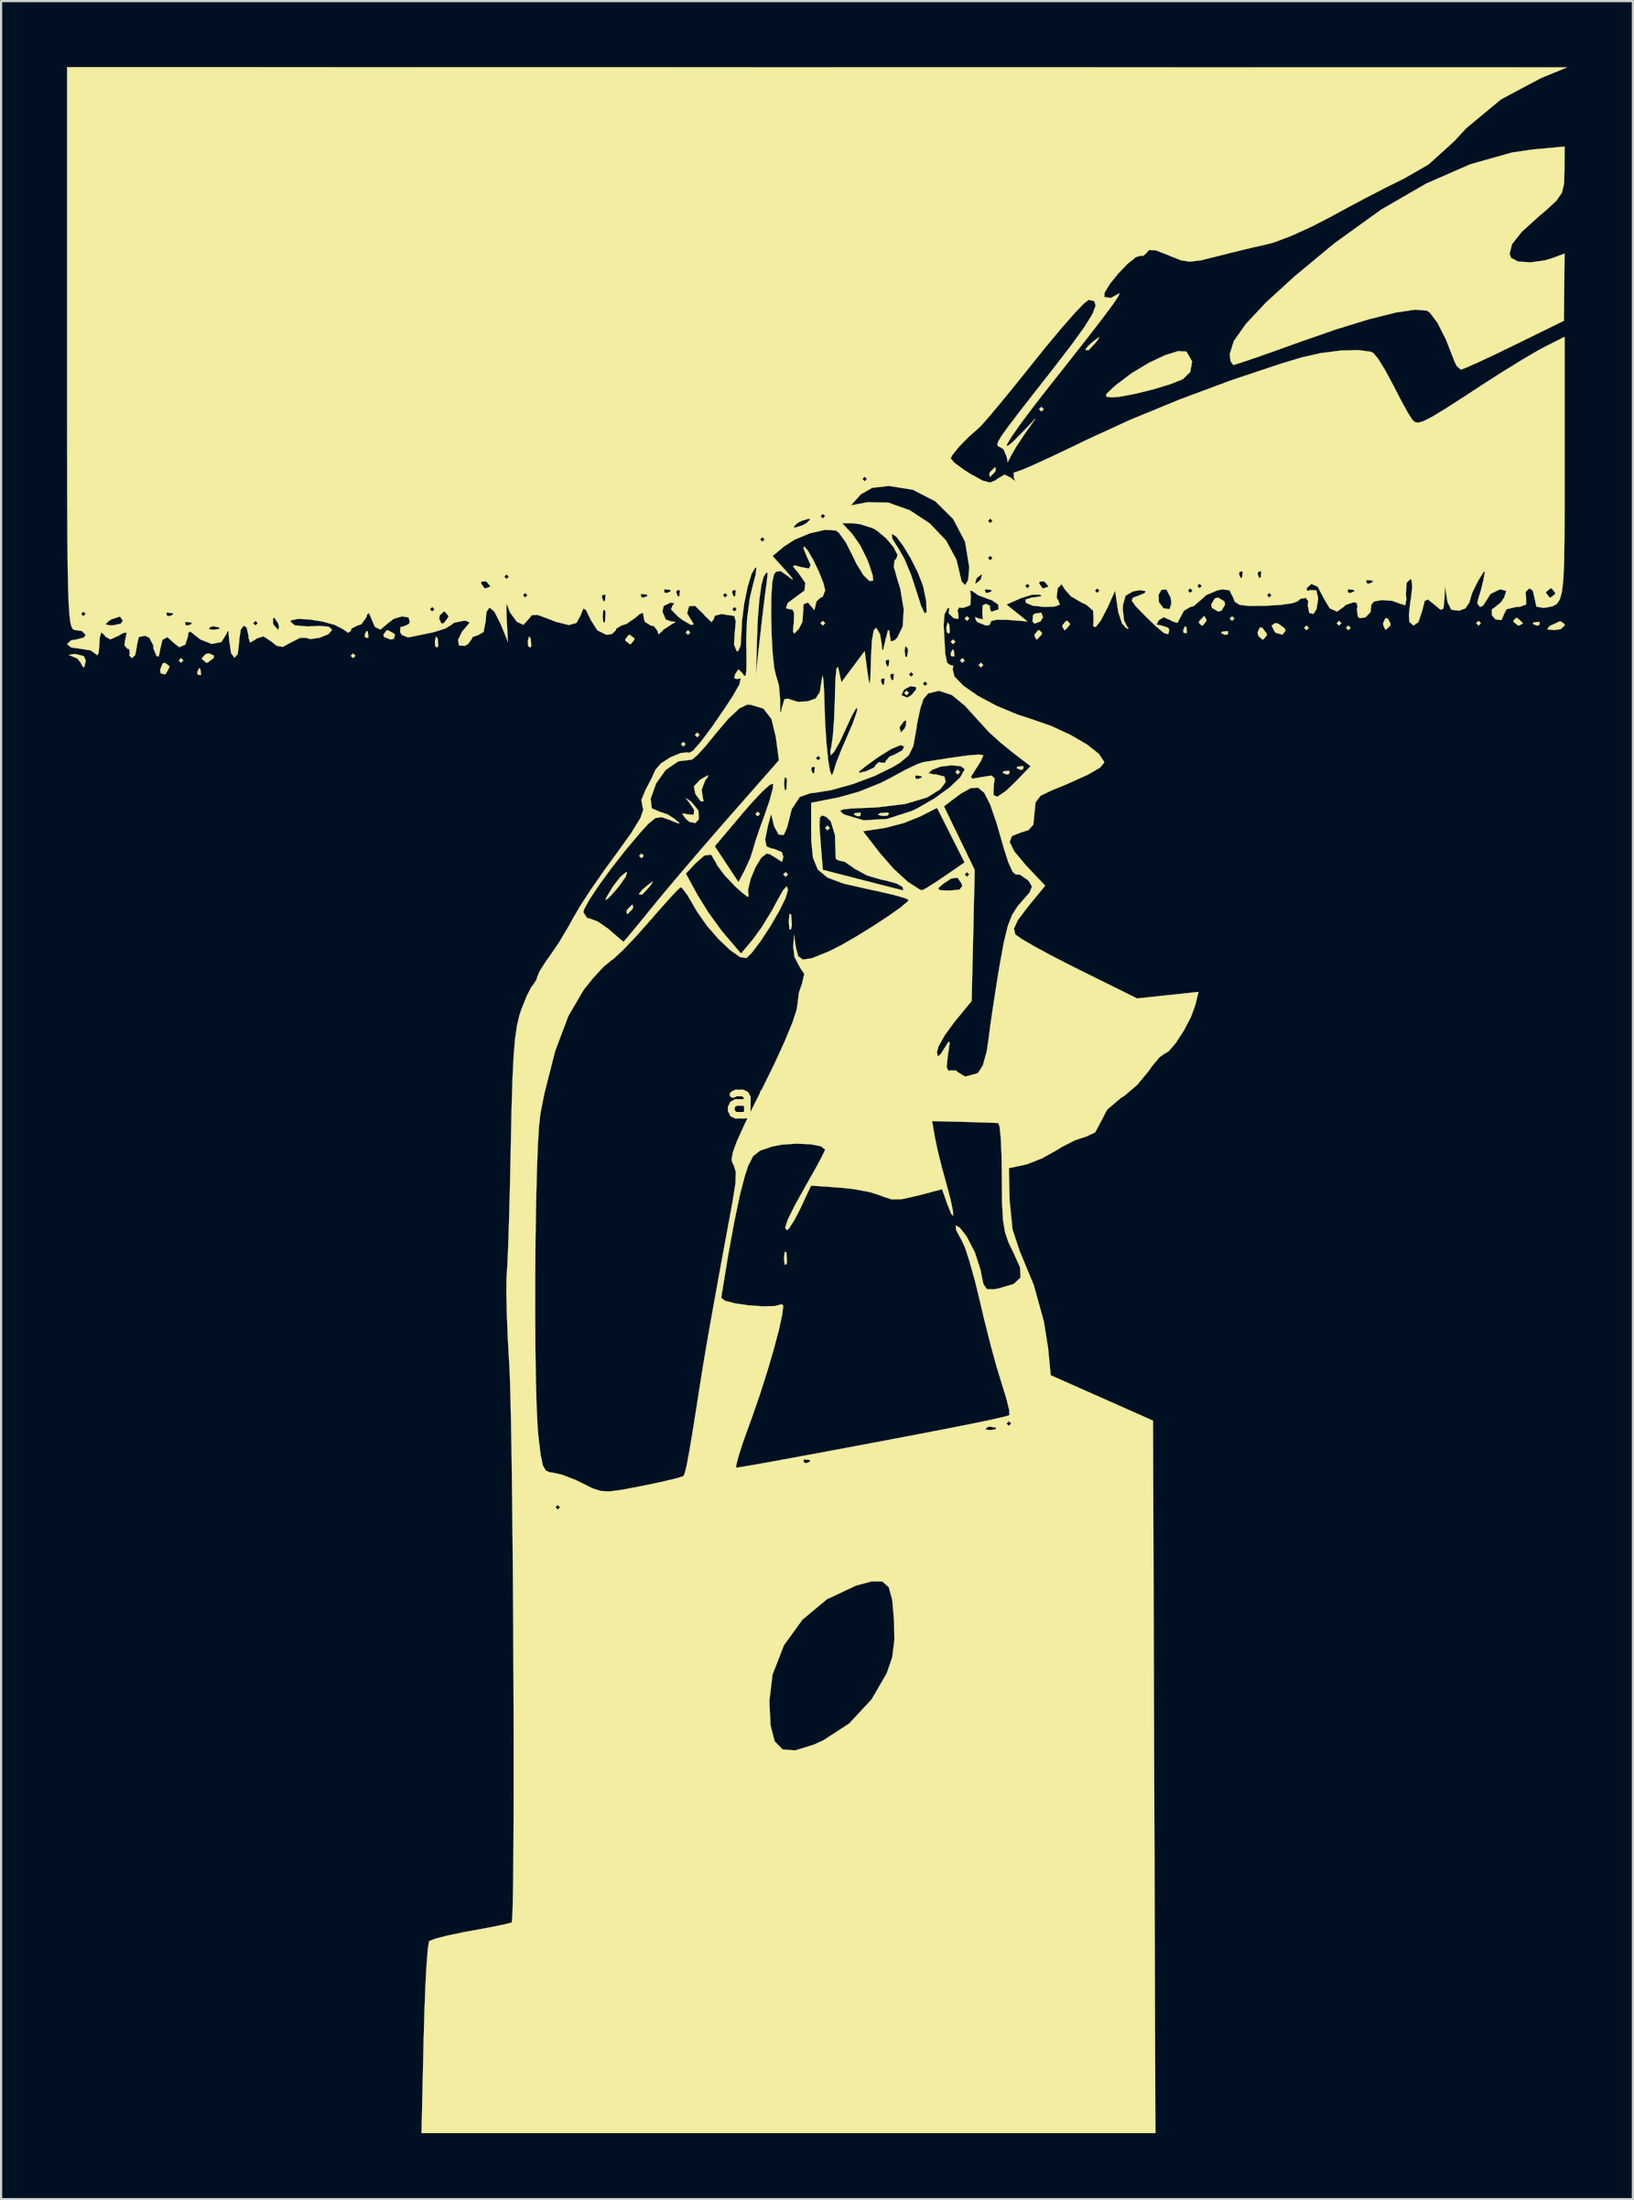
<source format=kicad_pcb>
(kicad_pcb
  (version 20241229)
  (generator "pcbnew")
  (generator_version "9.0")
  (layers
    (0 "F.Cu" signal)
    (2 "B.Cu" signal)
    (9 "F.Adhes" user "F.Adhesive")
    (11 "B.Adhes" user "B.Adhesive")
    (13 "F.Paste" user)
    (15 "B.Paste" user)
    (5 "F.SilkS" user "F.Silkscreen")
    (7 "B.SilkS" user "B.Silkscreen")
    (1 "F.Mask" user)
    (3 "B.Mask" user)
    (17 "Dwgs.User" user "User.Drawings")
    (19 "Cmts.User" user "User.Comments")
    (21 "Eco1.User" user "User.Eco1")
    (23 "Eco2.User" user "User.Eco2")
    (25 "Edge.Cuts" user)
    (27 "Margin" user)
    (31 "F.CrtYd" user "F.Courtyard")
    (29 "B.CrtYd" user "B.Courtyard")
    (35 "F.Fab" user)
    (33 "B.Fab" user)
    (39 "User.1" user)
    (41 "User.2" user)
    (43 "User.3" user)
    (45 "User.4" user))
  (footprint "anime2"
    (layer "F.Cu")
    (at 34.083 46.995)
    (property "Reference" "anime2" (at 0 0 0) (layer "F.SilkS") (effects (font (size 1.524 1.524) (thickness 0.3))))
    (attr through_hole)
    (fp_poly (pts (xy -28.787 -20.003) (xy -28.892 -19.897) (xy -28.998 -20.003) (xy -28.892 -20.108) (xy -28.787 -20.003)) (stroke (width 0.01) (type solid)) (fill yes) (layer "F.SilkS"))
    (fp_poly (pts (xy -20.955 -20.214) (xy -21.061 -20.108) (xy -21.167 -20.214) (xy -21.061 -20.32) (xy -20.955 -20.214)) (stroke (width 0.01) (type solid)) (fill yes) (layer "F.SilkS"))
    (fp_poly (pts (xy -7.832 -11.113) (xy -7.938 -11.007) (xy -8.043 -11.113) (xy -7.938 -11.218) (xy -7.832 -11.113)) (stroke (width 0.01) (type solid)) (fill yes) (layer "F.SilkS"))
    (fp_poly (pts (xy -5.927 -16.192) (xy -6.032 -16.087) (xy -6.138 -16.192) (xy -6.032 -16.298) (xy -5.927 -16.192)) (stroke (width 0.01) (type solid)) (fill yes) (layer "F.SilkS"))
    (fp_poly (pts (xy -5.715 -21.273) (xy -5.821 -21.167) (xy -5.927 -21.273) (xy -5.821 -21.378) (xy -5.715 -21.273)) (stroke (width 0.01) (type solid)) (fill yes) (layer "F.SilkS"))
    (fp_poly (pts (xy -5.292 -16.616) (xy -5.397 -16.51) (xy -5.503 -16.616) (xy -5.397 -16.722) (xy -5.292 -16.616)) (stroke (width 0.01) (type solid)) (fill yes) (layer "F.SilkS"))
    (fp_poly (pts (xy -2.54 -13.018) (xy -2.646 -12.912) (xy -2.752 -13.018) (xy -2.646 -13.123) (xy -2.54 -13.018)) (stroke (width 0.01) (type solid)) (fill yes) (layer "F.SilkS"))
    (fp_poly (pts (xy -1.27 -10.266) (xy -1.376 -10.16) (xy -1.482 -10.266) (xy -1.376 -10.372) (xy -1.27 -10.266)) (stroke (width 0.01) (type solid)) (fill yes) (layer "F.SilkS"))
    (fp_poly (pts (xy 0.423 -21.696) (xy 0.318 -21.59) (xy 0.212 -21.696) (xy 0.318 -21.802) (xy 0.423 -21.696)) (stroke (width 0.01) (type solid)) (fill yes) (layer "F.SilkS"))
    (fp_poly (pts (xy 0.635 -12.383) (xy 0.529 -12.277) (xy 0.423 -12.383) (xy 0.529 -12.488) (xy 0.635 -12.383)) (stroke (width 0.01) (type solid)) (fill yes) (layer "F.SilkS"))
    (fp_poly (pts (xy 4.233 -18.521) (xy 4.128 -18.415) (xy 4.022 -18.521) (xy 4.128 -18.627) (xy 4.233 -18.521)) (stroke (width 0.01) (type solid)) (fill yes) (layer "F.SilkS"))
    (fp_poly (pts (xy 6.35 -20.849) (xy 6.244 -20.743) (xy 6.138 -20.849) (xy 6.244 -20.955) (xy 6.35 -20.849)) (stroke (width 0.01) (type solid)) (fill yes) (layer "F.SilkS"))
    (fp_poly (pts (xy 6.562 -14.922) (xy 6.456 -14.817) (xy 6.35 -14.922) (xy 6.456 -15.028) (xy 6.562 -14.922)) (stroke (width 0.01) (type solid)) (fill yes) (layer "F.SilkS"))
    (fp_poly (pts (xy 6.773 -20.003) (xy 6.668 -19.897) (xy 6.562 -20.003) (xy 6.668 -20.108) (xy 6.773 -20.003)) (stroke (width 0.01) (type solid)) (fill yes) (layer "F.SilkS"))
    (fp_poly (pts (xy 6.985 -21.907) (xy 6.879 -21.802) (xy 6.773 -21.907) (xy 6.879 -22.013) (xy 6.985 -21.907)) (stroke (width 0.01) (type solid)) (fill yes) (layer "F.SilkS"))
    (fp_poly (pts (xy 7.62 -19.791) (xy 7.514 -19.685) (xy 7.408 -19.791) (xy 7.514 -19.897) (xy 7.62 -19.791)) (stroke (width 0.01) (type solid)) (fill yes) (layer "F.SilkS"))
    (fp_poly (pts (xy 10.372 -31.433) (xy 10.266 -31.327) (xy 10.16 -31.433) (xy 10.266 -31.538) (xy 10.372 -31.433)) (stroke (width 0.01) (type solid)) (fill yes) (layer "F.SilkS"))
    (fp_poly (pts (xy 19.05 -21.907) (xy 18.944 -21.802) (xy 18.838 -21.907) (xy 18.944 -22.013) (xy 19.05 -21.907)) (stroke (width 0.01) (type solid)) (fill yes) (layer "F.SilkS"))
    (fp_poly (pts (xy 22.437 -21.484) (xy 22.331 -21.378) (xy 22.225 -21.484) (xy 22.331 -21.59) (xy 22.437 -21.484)) (stroke (width 0.01) (type solid)) (fill yes) (layer "F.SilkS"))
    (fp_poly (pts (xy 23.918 -21.696) (xy 23.812 -21.59) (xy 23.707 -21.696) (xy 23.812 -21.802) (xy 23.918 -21.696)) (stroke (width 0.01) (type solid)) (fill yes) (layer "F.SilkS"))
    (fp_poly (pts (xy 24.342 -21.484) (xy 24.236 -21.378) (xy 24.13 -21.484) (xy 24.236 -21.59) (xy 24.342 -21.484)) (stroke (width 0.01) (type solid)) (fill yes) (layer "F.SilkS"))
    (fp_poly (pts (xy 30.268 -21.696) (xy 30.163 -21.59) (xy 30.057 -21.696) (xy 30.163 -21.802) (xy 30.268 -21.696)) (stroke (width 0.01) (type solid)) (fill yes) (layer "F.SilkS"))
    (fp_poly (pts (xy -28.011 -19.614) (xy -27.985 -19.363) (xy -28.011 -19.332) (xy -28.136 -19.361) (xy -28.152 -19.473) (xy -28.074 -19.648) (xy -28.011 -19.614)) (stroke (width 0.01) (type solid)) (fill yes) (layer "F.SilkS"))
    (fp_poly (pts (xy -20.391 -21.308) (xy -20.365 -21.057) (xy -20.391 -21.026) (xy -20.516 -21.055) (xy -20.532 -21.167) (xy -20.454 -21.341) (xy -20.391 -21.308)) (stroke (width 0.01) (type solid)) (fill yes) (layer "F.SilkS"))
    (fp_poly (pts (xy -17.212 -20.995) (xy -17.187 -20.664) (xy -17.229 -20.589) (xy -17.325 -20.652) (xy -17.34 -20.867) (xy -17.288 -21.093) (xy -17.212 -20.995)) (stroke (width 0.01) (type solid)) (fill yes) (layer "F.SilkS"))
    (fp_poly (pts (xy -12.979 -20.995) (xy -12.954 -20.664) (xy -12.995 -20.589) (xy -13.092 -20.652) (xy -13.107 -20.867) (xy -13.055 -21.093) (xy -12.979 -20.995)) (stroke (width 0.01) (type solid)) (fill yes) (layer "F.SilkS"))
    (fp_poly (pts (xy -1.341 6.932) (xy -1.314 7.365) (xy -1.341 7.461) (xy -1.419 7.488) (xy -1.448 7.197) (xy -1.415 6.896) (xy -1.341 6.932)) (stroke (width 0.01) (type solid)) (fill yes) (layer "F.SilkS"))
    (fp_poly (pts (xy 2.046 -13.053) (xy 2.017 -12.927) (xy 1.905 -12.912) (xy 1.731 -12.989) (xy 1.764 -13.053) (xy 2.015 -13.078) (xy 2.046 -13.053)) (stroke (width 0.01) (type solid)) (fill yes) (layer "F.SilkS"))
    (fp_poly (pts (xy 3.329 -13.04) (xy 3.266 -12.943) (xy 3.052 -12.928) (xy 2.826 -12.98) (xy 2.924 -13.056) (xy 3.254 -13.081) (xy 3.329 -13.04)) (stroke (width 0.01) (type solid)) (fill yes) (layer "F.SilkS"))
    (fp_poly (pts (xy 6.071 -21.63) (xy 6.096 -21.299) (xy 6.055 -21.224) (xy 5.958 -21.287) (xy 5.943 -21.502) (xy 5.995 -21.728) (xy 6.071 -21.63)) (stroke (width 0.01) (type solid)) (fill yes) (layer "F.SilkS"))
    (fp_poly (pts (xy 6.279 -20.461) (xy 6.305 -20.21) (xy 6.279 -20.179) (xy 6.154 -20.208) (xy 6.138 -20.32) (xy 6.216 -20.494) (xy 6.279 -20.461)) (stroke (width 0.01) (type solid)) (fill yes) (layer "F.SilkS"))
    (fp_poly (pts (xy 8.819 -14.958) (xy 8.79 -14.832) (xy 8.678 -14.817) (xy 8.504 -14.894) (xy 8.537 -14.958) (xy 8.788 -14.983) (xy 8.819 -14.958)) (stroke (width 0.01) (type solid)) (fill yes) (layer "F.SilkS"))
    (fp_poly (pts (xy 9.454 -15.169) (xy 9.425 -15.044) (xy 9.313 -15.028) (xy 9.139 -15.106) (xy 9.172 -15.169) (xy 9.423 -15.195) (xy 9.454 -15.169)) (stroke (width 0.01) (type solid)) (fill yes) (layer "F.SilkS"))
    (fp_poly (pts (xy 16.863 -21.519) (xy 16.888 -21.268) (xy 16.863 -21.237) (xy 16.737 -21.266) (xy 16.722 -21.378) (xy 16.799 -21.553) (xy 16.863 -21.519)) (stroke (width 0.01) (type solid)) (fill yes) (layer "F.SilkS"))
    (fp_poly (pts (xy 18.768 -21.308) (xy 18.739 -21.182) (xy 18.627 -21.167) (xy 18.452 -21.244) (xy 18.486 -21.308) (xy 18.737 -21.333) (xy 18.768 -21.308)) (stroke (width 0.01) (type solid)) (fill yes) (layer "F.SilkS"))
    (fp_poly (pts (xy 32.949 -21.731) (xy 32.92 -21.605) (xy 32.808 -21.59) (xy 32.634 -21.667) (xy 32.667 -21.731) (xy 32.918 -21.756) (xy 32.949 -21.731)) (stroke (width 0.01) (type solid)) (fill yes) (layer "F.SilkS"))
    (fp_poly (pts (xy 10.34 -21.97) (xy 10.223 -21.78) (xy 9.957 -21.676) (xy 9.863 -21.769) (xy 9.882 -22.055) (xy 9.959 -22.126) (xy 10.259 -22.175) (xy 10.34 -21.97)) (stroke (width 0.01) (type solid)) (fill yes) (layer "F.SilkS"))
    (fp_poly (pts (xy 26.038 -21.905) (xy 26.161 -21.652) (xy 26.132 -21.575) (xy 25.927 -21.388) (xy 25.827 -21.601) (xy 25.823 -21.708) (xy 25.927 -21.926) (xy 26.038 -21.905)) (stroke (width 0.01) (type solid)) (fill yes) (layer "F.SilkS"))
    (fp_poly (pts (xy -29.428 -19.745) (xy -29.422 -19.697) (xy -29.576 -19.411) (xy -29.633 -19.367) (xy -29.815 -19.415) (xy -29.845 -19.567) (xy -29.734 -19.856) (xy -29.633 -19.897) (xy -29.428 -19.745)) (stroke (width 0.01) (type solid)) (fill yes) (layer "F.SilkS"))
    (fp_poly (pts (xy -27.391 -20.217) (xy -27.411 -20.108) (xy -27.681 -19.905) (xy -27.741 -19.897) (xy -27.934 -20.058) (xy -27.94 -20.108) (xy -27.768 -20.294) (xy -27.61 -20.32) (xy -27.391 -20.217)) (stroke (width 0.01) (type solid)) (fill yes) (layer "F.SilkS"))
    (fp_poly (pts (xy -19.199 -21.224) (xy -19.156 -21.167) (xy -19.204 -20.985) (xy -19.355 -20.955) (xy -19.645 -21.066) (xy -19.685 -21.167) (xy -19.533 -21.372) (xy -19.486 -21.378) (xy -19.199 -21.224)) (stroke (width 0.01) (type solid)) (fill yes) (layer "F.SilkS"))
    (fp_poly (pts (xy -8.321 -8.753) (xy -8.361 -8.678) (xy -8.56 -8.476) (xy -8.597 -8.467) (xy -8.612 -8.603) (xy -8.572 -8.678) (xy -8.373 -8.88) (xy -8.336 -8.89) (xy -8.321 -8.753)) (stroke (width 0.01) (type solid)) (fill yes) (layer "F.SilkS"))
    (fp_poly (pts (xy -8.261 -21.006) (xy -8.255 -20.955) (xy -8.416 -20.749) (xy -8.467 -20.743) (xy -8.672 -20.904) (xy -8.678 -20.955) (xy -8.517 -21.161) (xy -8.467 -21.167) (xy -8.261 -21.006)) (stroke (width 0.01) (type solid)) (fill yes) (layer "F.SilkS"))
    (fp_poly (pts (xy -7.475 -9.837) (xy -7.593 -9.684) (xy -7.902 -9.355) (xy -8.04 -9.356) (xy -8.043 -9.393) (xy -7.899 -9.57) (xy -7.673 -9.764) (xy -7.422 -9.947) (xy -7.475 -9.837)) (stroke (width 0.01) (type solid)) (fill yes) (layer "F.SilkS"))
    (fp_poly (pts (xy -1.134 -8.446) (xy -1.123 -8.41) (xy -1.092 -7.949) (xy -1.131 -7.775) (xy -1.201 -7.768) (xy -1.229 -8.099) (xy -1.229 -8.149) (xy -1.198 -8.477) (xy -1.134 -8.446)) (stroke (width 0.01) (type solid)) (fill yes) (layer "F.SilkS"))
    (fp_poly (pts (xy 8.189 -28.65) (xy 8.149 -28.575) (xy 7.95 -28.373) (xy 7.913 -28.363) (xy 7.898 -28.5) (xy 7.938 -28.575) (xy 8.137 -28.777) (xy 8.174 -28.787) (xy 8.189 -28.65)) (stroke (width 0.01) (type solid)) (fill yes) (layer "F.SilkS"))
    (fp_poly (pts (xy 10.299 -21.249) (xy 10.266 -21.167) (xy 10.076 -20.965) (xy 10.042 -20.955) (xy 9.951 -21.119) (xy 9.948 -21.167) (xy 10.111 -21.37) (xy 10.172 -21.378) (xy 10.299 -21.249)) (stroke (width 0.01) (type solid)) (fill yes) (layer "F.SilkS"))
    (fp_poly (pts (xy 11.569 -21.672) (xy 11.536 -21.59) (xy 11.346 -21.388) (xy 11.312 -21.378) (xy 11.221 -21.542) (xy 11.218 -21.59) (xy 11.381 -21.794) (xy 11.442 -21.802) (xy 11.569 -21.672)) (stroke (width 0.01) (type solid)) (fill yes) (layer "F.SilkS"))
    (fp_poly (pts (xy 12.845 -34.602) (xy 12.727 -34.449) (xy 12.418 -34.12) (xy 12.28 -34.121) (xy 12.277 -34.158) (xy 12.421 -34.335) (xy 12.647 -34.529) (xy 12.898 -34.712) (xy 12.845 -34.602)) (stroke (width 0.01) (type solid)) (fill yes) (layer "F.SilkS"))
    (fp_poly (pts (xy 17.778 -21.85) (xy 17.78 -21.802) (xy 17.617 -21.598) (xy 17.556 -21.59) (xy 17.429 -21.72) (xy 17.462 -21.802) (xy 17.653 -22.004) (xy 17.687 -22.013) (xy 17.778 -21.85)) (stroke (width 0.01) (type solid)) (fill yes) (layer "F.SilkS"))
    (fp_poly (pts (xy 18.59 -22.691) (xy 18.627 -22.543) (xy 18.457 -22.262) (xy 18.309 -22.225) (xy 18.029 -22.394) (xy 17.992 -22.543) (xy 18.161 -22.823) (xy 18.309 -22.86) (xy 18.59 -22.691)) (stroke (width 0.01) (type solid)) (fill yes) (layer "F.SilkS"))
    (fp_poly (pts (xy 20.32 -21.484) (xy 20.524 -21.214) (xy 20.532 -21.154) (xy 20.37 -20.961) (xy 20.32 -20.955) (xy 20.134 -21.127) (xy 20.108 -21.285) (xy 20.211 -21.504) (xy 20.32 -21.484)) (stroke (width 0.01) (type solid)) (fill yes) (layer "F.SilkS"))
    (fp_poly (pts (xy 21.061 -21.667) (xy 21.341 -21.459) (xy 21.378 -21.356) (xy 21.236 -21.177) (xy 20.949 -21.253) (xy 20.884 -21.308) (xy 20.743 -21.589) (xy 20.916 -21.701) (xy 21.061 -21.667)) (stroke (width 0.01) (type solid)) (fill yes) (layer "F.SilkS"))
    (fp_poly (pts (xy 31.962 -21.907) (xy 32.164 -21.717) (xy 32.173 -21.683) (xy 32.01 -21.592) (xy 31.962 -21.59) (xy 31.758 -21.753) (xy 31.75 -21.814) (xy 31.88 -21.941) (xy 31.962 -21.907)) (stroke (width 0.01) (type solid)) (fill yes) (layer "F.SilkS"))
    (fp_poly (pts (xy 34.072 -21.661) (xy 34.078 -21.59) (xy 33.899 -21.426) (xy 33.602 -21.382) (xy 33.293 -21.415) (xy 33.369 -21.54) (xy 33.443 -21.59) (xy 33.881 -21.787) (xy 34.072 -21.661)) (stroke (width 0.01) (type solid)) (fill yes) (layer "F.SilkS"))
    (fp_poly (pts (xy -8.591 -10.355) (xy -8.66 -10.156) (xy -8.94 -9.757) (xy -9.132 -9.524) (xy -9.45 -9.18) (xy -9.579 -9.104) (xy -9.542 -9.207) (xy -9.223 -9.735) (xy -8.897 -10.155) (xy -8.651 -10.36) (xy -8.591 -10.355)) (stroke (width 0.01) (type solid)) (fill yes) (layer "F.SilkS"))
    (fp_poly (pts (xy -33.318 -20.197) (xy -33.232 -20.003) (xy -33.289 -19.72) (xy -33.337 -19.685) (xy -33.442 -19.847) (xy -33.443 -19.881) (xy -33.618 -20.093) (xy -33.814 -20.174) (xy -34.002 -20.251) (xy -33.786 -20.291) (xy -33.708 -20.295) (xy -33.318 -20.197)) (stroke (width 0.01) (type solid)) (fill yes) (layer "F.SilkS"))
    (fp_poly (pts (xy -4.912 -14.71) (xy -5.031 -14.56) (xy -5.195 -14.131) (xy -5.167 -13.891) (xy -5.112 -13.589) (xy -5.243 -13.6) (xy -5.474 -13.914) (xy -5.481 -13.928) (xy -5.551 -14.276) (xy -5.271 -14.567) (xy -5.224 -14.597) (xy -4.915 -14.776) (xy -4.912 -14.71)) (stroke (width 0.01) (type solid)) (fill yes) (layer "F.SilkS"))
    (fp_poly (pts (xy -5.779 -13.651) (xy -5.662 -13.563) (xy -5.345 -13.17) (xy -5.329 -12.781) (xy -5.479 -12.609) (xy -5.748 -12.652) (xy -5.933 -12.813) (xy -6.085 -13.041) (xy -5.914 -13.023) (xy -5.851 -13) (xy -5.556 -12.984) (xy -5.543 -13.214) (xy -5.768 -13.547) (xy -5.92 -13.735) (xy -5.779 -13.651)) (stroke (width 0.01) (type solid)) (fill yes) (layer "F.SilkS"))
    (fp_poly (pts (xy 16.854 -34.054) (xy 16.872 -34.042) (xy 17.126 -33.603) (xy 17.038 -33.121) (xy 16.707 -32.8) (xy 16.165 -32.58) (xy 15.394 -32.344) (xy 14.562 -32.136) (xy 13.839 -32) (xy 13.483 -31.97) (xy 13.22 -31.999) (xy 13.225 -32.122) (xy 13.525 -32.411) (xy 13.689 -32.552) (xy 14.391 -33.079) (xy 15.157 -33.538) (xy 15.888 -33.884) (xy 16.486 -34.072) (xy 16.854 -34.054)) (stroke (width 0.01) (type solid)) (fill yes) (layer "F.SilkS"))
    (fp_poly (pts (xy -0.374 -25.014) (xy -0.125 -24.585) (xy 0.136 -24.042) (xy 0.341 -23.528) (xy 0.423 -23.186) (xy 0.312 -22.899) (xy 0.212 -22.86) (xy 0.024 -22.685) (xy -0.017 -22.49) (xy -0.071 -22.289) (xy -0.14 -22.384) (xy -0.364 -22.639) (xy -0.562 -22.556) (xy -0.576 -22.235) (xy -0.614 -21.748) (xy -0.775 -21.441) (xy -0.979 -21.223) (xy -1.039 -21.321) (xy -1.003 -21.738) (xy -0.991 -22.168) (xy -1.067 -22.323) (xy -1.082 -22.316) (xy -1.321 -22.359) (xy -1.354 -22.401) (xy -1.275 -22.619) (xy -0.945 -22.864) (xy -0.518 -23.18) (xy -0.477 -23.525) (xy -0.794 -23.983) (xy -1.036 -24.276) (xy -0.964 -24.328) (xy -0.688 -24.25) (xy -0.312 -24.181) (xy -0.238 -24.345) (xy -0.431 -24.779) (xy -0.561 -25.099) (xy -0.541 -25.188) (xy -0.374 -25.014)) (stroke (width 0.01) (type solid)) (fill yes) (layer "F.SilkS"))
    (fp_poly (pts (xy 34.073 -42.272) (xy 34.053 -41.681) (xy 33.953 -41.27) (xy 33.701 -40.909) (xy 33.224 -40.471) (xy 32.92 -40.217) (xy 32.127 -39.497) (xy 31.686 -38.938) (xy 31.575 -38.506) (xy 31.643 -38.314) (xy 31.961 -38.148) (xy 32.527 -38.11) (xy 33.186 -38.201) (xy 33.535 -38.306) (xy 34.078 -38.513) (xy 34.062 -36.984) (xy 34.046 -35.454) (xy 31.781 -34.343) (xy 30.886 -33.91) (xy 30.129 -33.556) (xy 29.592 -33.318) (xy 29.356 -33.232) (xy 29.163 -33.403) (xy 29.069 -33.602) (xy 28.682 -34.594) (xy 28.295 -35.36) (xy 27.948 -35.823) (xy 27.812 -35.915) (xy 27.278 -35.959) (xy 26.392 -35.827) (xy 25.185 -35.526) (xy 23.686 -35.066) (xy 22.013 -34.484) (xy 20.983 -34.113) (xy 20.095 -33.8) (xy 19.425 -33.572) (xy 19.048 -33.454) (xy 18.997 -33.443) (xy 18.874 -33.624) (xy 18.838 -33.934) (xy 19.022 -34.525) (xy 19.575 -35.311) (xy 20.498 -36.294) (xy 21.792 -37.475) (xy 23.457 -38.856) (xy 23.675 -39.029) (xy 25.731 -40.509) (xy 27.789 -41.699) (xy 29.794 -42.574) (xy 31.693 -43.109) (xy 32.65 -43.247) (xy 34.078 -43.376) (xy 34.073 -42.272)) (stroke (width 0.01) (type solid)) (fill yes) (layer "F.SilkS"))
    (fp_poly (pts (xy 34.184 -46.98) (xy 33.001 -46.493) (xy 31.184 -45.526) (xy 29.596 -44.209) (xy 29.054 -43.621) (xy 27.888 -42.566) (xy 26.785 -41.93) (xy 25.97 -41.528) (xy 24.958 -41.005) (xy 23.919 -40.45) (xy 23.503 -40.221) (xy 22.574 -39.74) (xy 21.657 -39.323) (xy 20.89 -39.031) (xy 20.586 -38.946) (xy 19.807 -38.769) (xy 18.87 -38.541) (xy 18.255 -38.384) (xy 17.515 -38.203) (xy 17.02 -38.143) (xy 16.609 -38.208) (xy 16.121 -38.402) (xy 16.049 -38.435) (xy 15.464 -38.661) (xy 15.161 -38.671) (xy 15.079 -38.571) (xy 14.893 -38.398) (xy 14.811 -38.421) (xy 14.57 -38.352) (xy 14.189 -38.044) (xy 13.761 -37.601) (xy 13.381 -37.129) (xy 13.143 -36.734) (xy 13.127 -36.532) (xy 13.431 -36.491) (xy 13.696 -36.638) (xy 13.823 -36.708) (xy 13.77 -36.569) (xy 13.522 -36.202) (xy 13.062 -35.584) (xy 12.375 -34.694) (xy 11.446 -33.511) (xy 10.75 -32.633) (xy 9.932 -31.586) (xy 9.307 -30.753) (xy 8.889 -30.154) (xy 8.689 -29.811) (xy 8.72 -29.743) (xy 8.995 -29.97) (xy 9.34 -30.318) (xy 10.002 -31.009) (xy 9.479 -30.268) (xy 9.122 -29.73) (xy 8.872 -29.295) (xy 8.834 -29.21) (xy 8.732 -29.02) (xy 8.695 -29.241) (xy 8.695 -29.245) (xy 8.543 -29.605) (xy 8.414 -29.694) (xy 8.307 -29.739) (xy 8.258 -29.81) (xy 8.295 -29.952) (xy 8.448 -30.209) (xy 8.746 -30.626) (xy 9.218 -31.246) (xy 9.893 -32.113) (xy 10.753 -33.209) (xy 11.619 -34.332) (xy 12.226 -35.171) (xy 12.592 -35.763) (xy 12.735 -36.142) (xy 12.674 -36.345) (xy 12.429 -36.407) (xy 12.419 -36.407) (xy 12.208 -36.248) (xy 11.787 -35.81) (xy 11.204 -35.147) (xy 10.507 -34.314) (xy 9.944 -33.616) (xy 9.189 -32.674) (xy 8.509 -31.839) (xy 7.955 -31.174) (xy 7.576 -30.738) (xy 7.441 -30.6) (xy 6.96 -30.177) (xy 6.514 -29.72) (xy 6.21 -29.344) (xy 6.138 -29.191) (xy 6.305 -28.994) (xy 6.728 -28.681) (xy 7.031 -28.49) (xy 7.59 -28.183) (xy 7.93 -28.092) (xy 8.181 -28.195) (xy 8.262 -28.263) (xy 8.592 -28.455) (xy 8.882 -28.308) (xy 9.076 -28.152) (xy 9.017 -28.305) (xy 9.014 -28.31) (xy 9.008 -28.543) (xy 9.104 -28.575) (xy 9.368 -28.664) (xy 9.94 -28.91) (xy 10.749 -29.281) (xy 11.725 -29.745) (xy 12.345 -30.046) (xy 14.323 -30.953) (xy 16.558 -31.872) (xy 18.888 -32.74) (xy 21.154 -33.497) (xy 22.119 -33.788) (xy 22.987 -33.983) (xy 23.885 -34.097) (xy 24.682 -34.12) (xy 25.247 -34.045) (xy 25.368 -33.992) (xy 25.586 -33.734) (xy 25.913 -33.206) (xy 26.276 -32.528) (xy 26.637 -31.829) (xy 26.949 -31.264) (xy 27.14 -30.961) (xy 27.26 -30.847) (xy 27.422 -30.816) (xy 27.681 -30.895) (xy 28.094 -31.111) (xy 28.716 -31.491) (xy 29.602 -32.062) (xy 30.268 -32.498) (xy 31.182 -33.085) (xy 32.066 -33.631) (xy 32.802 -34.065) (xy 33.179 -34.269) (xy 34.078 -34.722) (xy 34.078 -28.678) (xy 34.078 -26.907) (xy 34.073 -25.513) (xy 34.056 -24.449) (xy 34.02 -23.67) (xy 33.958 -23.129) (xy 33.863 -22.78) (xy 33.728 -22.576) (xy 33.546 -22.472) (xy 33.31 -22.42) (xy 33.126 -22.394) (xy 32.798 -22.447) (xy 32.719 -22.806) (xy 32.719 -22.807) (xy 32.659 -23.072) (xy 33.232 -23.072) (xy 33.393 -22.866) (xy 33.443 -22.86) (xy 33.649 -23.021) (xy 33.655 -23.072) (xy 33.494 -23.277) (xy 33.443 -23.283) (xy 33.238 -23.122) (xy 33.232 -23.072) (xy 32.659 -23.072) (xy 32.635 -23.178) (xy 32.475 -23.283) (xy 32.303 -23.118) (xy 32.324 -22.86) (xy 32.327 -22.547) (xy 32.04 -22.441) (xy 31.881 -22.437) (xy 31.436 -22.33) (xy 31.327 -22.119) (xy 31.204 -21.835) (xy 30.937 -21.871) (xy 30.773 -22.054) (xy 30.772 -22.325) (xy 30.868 -22.39) (xy 31.169 -22.631) (xy 31.33 -22.865) (xy 31.425 -23.162) (xy 31.195 -23.23) (xy 31.115 -23.225) (xy 30.711 -23.031) (xy 30.572 -22.815) (xy 30.37 -22.497) (xy 30.231 -22.437) (xy 30.106 -22.593) (xy 30.141 -22.774) (xy 30.283 -23.239) (xy 30.386 -23.673) (xy 30.452 -24.03) (xy 30.404 -24.048) (xy 30.199 -23.716) (xy 30.131 -23.601) (xy 29.873 -23.078) (xy 29.751 -22.668) (xy 29.75 -22.648) (xy 29.561 -22.371) (xy 29.278 -22.265) (xy 28.923 -22.309) (xy 28.754 -22.645) (xy 28.728 -22.794) (xy 28.638 -23.389) (xy 28.607 -22.774) (xy 28.565 -22.357) (xy 28.434 -22.309) (xy 28.153 -22.542) (xy 27.858 -22.777) (xy 27.711 -22.711) (xy 27.603 -22.287) (xy 27.597 -22.257) (xy 27.424 -21.742) (xy 27.203 -21.59) (xy 27.019 -21.751) (xy 26.993 -22.041) (xy 27.046 -22.579) (xy 27.084 -22.809) (xy 27.146 -23.352) (xy 27.109 -23.671) (xy 27.065 -23.707) (xy 26.883 -23.531) (xy 26.857 -22.988) (xy 26.875 -22.784) (xy 26.83 -22.516) (xy 26.634 -22.569) (xy 26.232 -22.714) (xy 25.768 -22.75) (xy 25.397 -22.683) (xy 25.274 -22.52) (xy 25.279 -22.505) (xy 25.245 -22.201) (xy 25.019 -21.965) (xy 24.756 -21.923) (xy 24.666 -22.003) (xy 24.626 -22.361) (xy 24.659 -22.437) (xy 24.614 -22.62) (xy 24.472 -22.648) (xy 24.107 -22.524) (xy 24.024 -22.437) (xy 23.724 -22.225) (xy 23.389 -22.374) (xy 23.109 -22.843) (xy 23.103 -22.86) (xy 22.918 -23.213) (xy 24.201 -23.213) (xy 24.23 -23.087) (xy 24.342 -23.072) (xy 24.516 -23.149) (xy 24.483 -23.213) (xy 24.232 -23.238) (xy 24.201 -23.213) (xy 22.918 -23.213) (xy 22.84 -23.36) (xy 22.554 -23.483) (xy 22.332 -23.286) (xy 22.366 -23.165) (xy 22.532 -23.203) (xy 22.781 -23.189) (xy 22.86 -22.835) (xy 22.86 -22.789) (xy 22.785 -22.332) (xy 22.648 -22.119) (xy 22.458 -22.161) (xy 22.393 -22.507) (xy 22.412 -22.701) (xy 22.302 -22.849) (xy 22.051 -22.804) (xy 21.936 -22.695) (xy 21.688 -22.604) (xy 21.138 -22.529) (xy 20.465 -22.489) (xy 19.717 -22.481) (xy 19.287 -22.531) (xy 19.074 -22.668) (xy 18.98 -22.892) (xy 18.942 -22.966) (xy 20.532 -22.966) (xy 20.637 -22.86) (xy 20.743 -22.966) (xy 20.637 -23.072) (xy 20.532 -22.966) (xy 18.942 -22.966) (xy 18.823 -23.196) (xy 18.491 -23.234) (xy 18.269 -23.187) (xy 17.777 -22.98) (xy 17.505 -22.737) (xy 17.195 -22.47) (xy 17.043 -22.437) (xy 16.752 -22.26) (xy 16.612 -22.002) (xy 16.453 -21.708) (xy 16.211 -21.788) (xy 16.166 -21.824) (xy 15.834 -21.97) (xy 15.612 -21.835) (xy 15.501 -21.636) (xy 15.727 -21.59) (xy 16.035 -21.488) (xy 16.087 -21.378) (xy 16.036 -21.198) (xy 15.85 -21.248) (xy 15.475 -21.558) (xy 15.027 -21.99) (xy 14.565 -22.462) (xy 14.378 -22.724) (xy 14.434 -22.858) (xy 14.655 -22.934) (xy 14.793 -22.992) (xy 15.597 -22.992) (xy 15.615 -22.65) (xy 15.823 -22.374) (xy 16.09 -22.333) (xy 16.101 -22.339) (xy 16.183 -22.595) (xy 16.148 -22.86) (xy 15.985 -23.177) (xy 16.933 -23.177) (xy 17.039 -23.072) (xy 17.145 -23.177) (xy 17.039 -23.283) (xy 16.933 -23.177) (xy 15.985 -23.177) (xy 15.958 -23.23) (xy 15.729 -23.214) (xy 15.597 -22.992) (xy 14.793 -22.992) (xy 14.972 -23.066) (xy 15.01 -23.161) (xy 14.747 -23.197) (xy 14.437 -23.144) (xy 14.098 -22.948) (xy 13.976 -22.519) (xy 13.97 -22.324) (xy 14.029 -21.815) (xy 14.174 -21.525) (xy 14.187 -21.518) (xy 14.235 -21.451) (xy 14.134 -21.464) (xy 13.935 -21.688) (xy 13.773 -22.179) (xy 13.743 -22.347) (xy 13.622 -23.177) (xy 13.27 -22.398) (xy 12.971 -21.82) (xy 12.742 -21.528) (xy 12.623 -21.553) (xy 12.643 -21.881) (xy 12.62 -22.27) (xy 12.302 -22.542) (xy 12.099 -22.634) (xy 11.612 -22.92) (xy 11.384 -23.177) (xy 12.7 -23.177) (xy 12.806 -23.072) (xy 12.912 -23.177) (xy 12.806 -23.283) (xy 12.7 -23.177) (xy 11.384 -23.177) (xy 11.33 -23.239) (xy 11.328 -23.244) (xy 11.238 -23.389) (xy 17.357 -23.389) (xy 17.462 -23.283) (xy 17.568 -23.389) (xy 17.462 -23.495) (xy 17.357 -23.389) (xy 11.238 -23.389) (xy 11.188 -23.471) (xy 11.017 -23.3) (xy 11.007 -23.285) (xy 10.958 -22.86) (xy 11.045 -22.708) (xy 11.103 -22.534) (xy 10.855 -22.453) (xy 10.398 -22.437) (xy 9.867 -22.494) (xy 9.562 -22.625) (xy 9.538 -22.769) (xy 9.849 -22.866) (xy 10.001 -22.877) (xy 10.268 -22.926) (xy 10.213 -23) (xy 9.849 -22.995) (xy 9.333 -22.835) (xy 9.313 -22.826) (xy 8.678 -22.545) (xy 9.154 -22.161) (xy 9.631 -21.778) (xy 8.749 -21.847) (xy 8.234 -21.855) (xy 7.974 -21.794) (xy 7.968 -21.753) (xy 7.893 -21.611) (xy 7.751 -21.59) (xy 7.372 -21.735) (xy 7.282 -21.834) (xy 7.255 -21.977) (xy 7.409 -21.907) (xy 7.601 -21.871) (xy 7.577 -22.157) (xy 7.592 -22.507) (xy 7.746 -22.578) (xy 7.935 -22.478) (xy 7.916 -22.401) (xy 7.96 -22.233) (xy 8.018 -22.225) (xy 8.321 -22.326) (xy 8.306 -22.542) (xy 8.002 -22.748) (xy 7.893 -22.781) (xy 7.4 -22.963) (xy 7.125 -23.157) (xy 7.025 -23.182) (xy 7.053 -22.913) (xy 7.031 -22.513) (xy 6.703 -22.392) (xy 6.516 -22.409) (xy 6.446 -22.273) (xy 6.487 -22.114) (xy 6.489 -21.893) (xy 6.269 -21.927) (xy 6.046 -22.141) (xy 6.066 -22.28) (xy 6.071 -22.406) (xy 5.991 -22.371) (xy 5.851 -22.086) (xy 5.816 -21.597) (xy 5.857 -20.874) (xy 5.89 -20.308) (xy 5.973 -19.892) (xy 6.126 -19.784) (xy 6.136 -19.789) (xy 6.258 -19.756) (xy 6.225 -19.605) (xy 6.307 -19.269) (xy 6.717 -18.848) (xy 7.381 -18.388) (xy 8.225 -17.937) (xy 9.174 -17.541) (xy 9.787 -17.342) (xy 10.71 -17.021) (xy 11.592 -16.614) (xy 12.346 -16.173) (xy 12.883 -15.749) (xy 13.117 -15.395) (xy 13.121 -15.353) (xy 12.935 -15.126) (xy 12.375 -14.802) (xy 11.426 -14.374) (xy 10.742 -14.095) (xy 10.223 -13.844) (xy 9.998 -13.545) (xy 9.948 -13.046) (xy 9.948 -13.045) (xy 9.899 -12.531) (xy 9.676 -12.281) (xy 9.325 -12.173) (xy 8.923 -12.013) (xy 8.821 -11.743) (xy 9.03 -11.315) (xy 9.561 -10.682) (xy 9.695 -10.54) (xy 10.439 -9.756) (xy 9.644 -8.787) (xy 9.195 -8.191) (xy 9.016 -7.805) (xy 9.073 -7.55) (xy 9.086 -7.533) (xy 9.355 -7.339) (xy 9.928 -7.004) (xy 10.73 -6.571) (xy 11.682 -6.082) (xy 11.973 -5.937) (xy 14.623 -4.625) (xy 16.02 -4.774) (xy 17.417 -4.924) (xy 17.268 -4.314) (xy 17.069 -3.774) (xy 16.748 -3.163) (xy 16.385 -2.604) (xy 16.055 -2.219) (xy 15.875 -2.117) (xy 15.645 -1.955) (xy 15.3 -1.545) (xy 15.128 -1.298) (xy 14.628 -0.697) (xy 14.049 -0.202) (xy 13.89 -0.105) (xy 13.257 0.431) (xy 13 0.929) (xy 12.715 1.465) (xy 12.296 1.66) (xy 11.805 1.82) (xy 11.186 2.136) (xy 10.976 2.268) (xy 10.307 2.64) (xy 9.637 2.907) (xy 9.475 2.949) (xy 8.784 3.094) (xy 8.819 4.563) (xy 8.95 5.879) (xy 9.281 6.877) (xy 9.282 6.879) (xy 9.918 8.411) (xy 10.38 10.08) (xy 10.571 11.284) (xy 10.689 12.515) (xy 15.346 14.581) (xy 15.4 30.786) (xy 15.454 46.99) (xy -17.947 46.99) (xy -17.85 42.704) (xy -17.813 41.396) (xy -17.767 40.233) (xy -17.714 39.281) (xy -17.659 38.606) (xy -17.605 38.275) (xy -17.594 38.256) (xy -17.325 38.147) (xy -16.745 37.999) (xy -15.965 37.837) (xy -15.672 37.784) (xy -14.862 37.636) (xy -14.231 37.508) (xy -13.88 37.423) (xy -13.842 37.407) (xy -13.815 37.174) (xy -13.794 36.562) (xy -13.777 35.617) (xy -13.765 34.384) (xy -13.757 32.906) (xy -13.753 31.23) (xy -13.753 29.399) (xy -13.757 27.46) (xy -13.758 27.333) (xy -2.117 27.333) (xy -2.063 28.442) (xy -1.875 29.168) (xy -1.514 29.539) (xy -0.943 29.583) (xy -0.121 29.329) (xy 0.319 29.136) (xy 1.519 28.357) (xy 2.538 27.26) (xy 3.228 26.071) (xy 3.478 25.343) (xy 3.577 24.551) (xy 3.561 23.683) (xy 3.478 22.738) (xy 3.321 22.161) (xy 3.029 21.897) (xy 2.545 21.891) (xy 1.842 22.078) (xy 0.504 22.704) (xy -0.612 23.635) (xy -1.455 24.8) (xy -1.972 26.132) (xy -2.117 27.333) (xy -13.758 27.333) (xy -13.765 25.456) (xy -13.776 23.433) (xy -13.79 21.435) (xy -13.807 19.507) (xy -13.818 18.521) (xy -11.853 18.521) (xy -11.748 18.627) (xy -11.642 18.521) (xy -11.748 18.415) (xy -11.853 18.521) (xy -13.818 18.521) (xy -13.827 17.695) (xy -13.849 16.043) (xy -13.874 14.597) (xy -13.901 13.4) (xy -13.93 12.497) (xy -13.951 12.066) (xy -14.019 10.857) (xy -14.064 9.731) (xy -14.066 9.641) (xy -12.775 9.641) (xy -12.766 11.221) (xy -12.745 12.665) (xy -12.711 13.902) (xy -12.665 14.863) (xy -12.629 15.293) (xy -12.529 16.122) (xy -12.427 16.615) (xy -12.289 16.858) (xy -12.084 16.938) (xy -11.994 16.943) (xy -11.535 17.045) (xy -10.908 17.291) (xy -10.623 17.43) (xy -10.169 17.658) (xy -9.801 17.779) (xy -9.397 17.801) (xy -8.832 17.728) (xy -7.984 17.566) (xy -7.914 17.552) (xy -7.093 17.381) (xy -6.445 17.23) (xy -6.071 17.123) (xy -6.022 17.099) (xy -5.96 16.955) (xy -5.875 16.597) (xy -5.76 15.98) (xy -5.605 15.058) (xy -5.402 13.782) (xy -5.3 13.123) (xy -5.17 12.304) (xy -5.02 11.405) (xy -4.839 10.364) (xy -4.618 9.121) (xy -4.593 8.989) (xy -4.307 8.989) (xy -4.139 9.126) (xy -3.68 9.246) (xy -3.06 9.336) (xy -2.411 9.381) (xy -1.865 9.368) (xy -1.554 9.283) (xy -1.485 9.362) (xy -1.533 9.773) (xy -1.682 10.45) (xy -1.913 11.324) (xy -2.207 12.328) (xy -2.548 13.395) (xy -2.915 14.456) (xy -3.028 14.764) (xy -3.324 15.589) (xy -3.534 16.242) (xy -3.633 16.641) (xy -3.626 16.723) (xy -3.38 16.686) (xy -2.797 16.586) (xy -1.955 16.435) (xy -1.592 16.369) (xy -0.564 16.369) (xy -0.535 16.495) (xy -0.423 16.51) (xy -0.249 16.433) (xy -0.282 16.369) (xy -0.533 16.344) (xy -0.564 16.369) (xy -1.592 16.369) (xy -0.931 16.248) (xy -0.529 16.174) (xy 1.986 15.704) (xy 4.093 15.306) (xy 5.801 14.978) (xy 5.803 14.978) (xy 7.712 14.978) (xy 7.92 15.012) (xy 8.194 14.973) (xy 8.198 14.9) (xy 7.914 14.85) (xy 7.792 14.884) (xy 7.712 14.978) (xy 5.803 14.978) (xy 7.119 14.718) (xy 7.151 14.711) (xy 8.678 14.711) (xy 8.784 14.817) (xy 8.89 14.711) (xy 8.784 14.605) (xy 8.678 14.711) (xy 7.151 14.711) (xy 8.054 14.523) (xy 8.617 14.393) (xy 8.814 14.328) (xy 8.801 14.094) (xy 8.673 13.575) (xy 8.462 12.899) (xy 8.223 12.116) (xy 7.94 11.078) (xy 7.654 9.941) (xy 7.486 9.223) (xy 7.246 8.233) (xy 7.003 7.358) (xy 6.788 6.705) (xy 6.655 6.41) (xy 6.386 5.914) (xy 6.365 5.699) (xy 6.554 5.807) (xy 6.857 6.191) (xy 7.233 6.915) (xy 7.492 7.714) (xy 7.512 7.82) (xy 7.625 8.37) (xy 7.785 8.6) (xy 8.1 8.608) (xy 8.329 8.564) (xy 9.007 8.363) (xy 9.319 8.071) (xy 9.297 7.61) (xy 8.994 6.936) (xy 8.762 6.459) (xy 8.609 6) (xy 8.52 5.452) (xy 8.478 4.708) (xy 8.467 3.66) (xy 8.467 3.502) (xy 8.454 2.54) (xy 8.419 1.753) (xy 8.367 1.226) (xy 8.308 1.042) (xy 8.029 1.029) (xy 7.453 1.01) (xy 6.721 0.989) (xy 5.292 0.953) (xy 5.418 1.693) (xy 5.545 2.295) (xy 5.748 3.107) (xy 5.939 3.8) (xy 6.134 4.53) (xy 6.237 5.032) (xy 6.247 5.263) (xy 6.162 5.175) (xy 5.982 4.723) (xy 5.967 4.682) (xy 5.747 4.051) (xy 4.641 4.343) (xy 3.928 4.503) (xy 3.449 4.515) (xy 3.04 4.382) (xy 2.985 4.354) (xy 2.476 4.188) (xy 1.73 4.048) (xy 1.108 3.981) (xy -0.218 3.888) (xy -0.691 4.899) (xy -0.983 5.468) (xy -1.222 5.838) (xy -1.316 5.918) (xy -1.395 5.81) (xy -1.281 5.445) (xy -0.959 4.793) (xy -0.418 3.821) (xy -0.39 3.773) (xy -0.004 3.088) (xy 0.283 2.554) (xy 0.419 2.267) (xy 0.423 2.248) (xy 0.235 2.099) (xy -0.243 2.007) (xy -0.88 1.979) (xy -1.545 2.024) (xy -1.986 2.11) (xy -2.53 2.293) (xy -2.854 2.542) (xy -3.08 2.986) (xy -3.235 3.458) (xy -3.456 4.306) (xy -3.712 5.528) (xy -3.994 7.074) (xy -4.293 8.897) (xy -4.307 8.989) (xy -4.593 8.989) (xy -4.344 7.617) (xy -4.007 5.791) (xy -3.789 4.616) (xy -3.657 3.782) (xy -3.642 3.257) (xy -3.742 2.945) (xy -3.776 2.899) (xy -3.835 2.711) (xy -3.779 2.381) (xy -3.587 1.857) (xy -3.239 1.087) (xy -2.715 0.019) (xy -2.436 -0.532) (xy -1.877 -1.669) (xy -1.641 -2.187) (xy 5.511 -2.187) (xy 5.552 -1.977) (xy 5.697 -2.113) (xy 5.832 -2.328) (xy 6.027 -2.641) (xy 6.091 -2.638) (xy 6.047 -2.277) (xy 6.006 -2.033) (xy 5.953 -1.489) (xy 6.044 -1.328) (xy 6.094 -1.349) (xy 6.387 -1.344) (xy 6.454 -1.273) (xy 6.796 -1.072) (xy 7.301 -1.202) (xy 7.399 -1.26) (xy 7.602 -1.581) (xy 7.775 -2.204) (xy 7.849 -2.685) (xy 7.947 -3.438) (xy 8.095 -4.446) (xy 8.268 -5.548) (xy 8.366 -6.138) (xy 8.559 -7.191) (xy 8.738 -7.923) (xy 8.937 -8.435) (xy 9.192 -8.828) (xy 9.359 -9.02) (xy 9.732 -9.449) (xy 9.837 -9.713) (xy 9.709 -9.943) (xy 9.627 -10.027) (xy 9.29 -10.257) (xy 9.1 -10.265) (xy 8.955 -10.39) (xy 8.758 -10.827) (xy 8.582 -11.374) (xy 8.226 -12.603) (xy 7.933 -13.459) (xy 7.663 -13.984) (xy 7.38 -14.216) (xy 7.048 -14.195) (xy 6.628 -13.961) (xy 6.355 -13.762) (xy 5.83 -13.366) (xy 6.53 -11.919) (xy 7.23 -10.471) (xy 7.161 -7.491) (xy 7.091 -4.51) (xy 6.297 -3.542) (xy 5.867 -2.954) (xy 5.582 -2.441) (xy 5.511 -2.187) (xy -1.641 -2.187) (xy -1.41 -2.692) (xy -1.066 -3.528) (xy -0.875 -4.103) (xy -0.847 -4.279) (xy -0.77 -4.887) (xy -0.625 -5.311) (xy -0.527 -5.738) (xy -0.731 -6.053) (xy -0.97 -6.507) (xy -1.027 -6.947) (xy -0.995 -7.514) (xy -0.907 -6.932) (xy -0.804 -6.549) (xy -0.591 -6.392) (xy -0.185 -6.453) (xy 0.497 -6.725) (xy 0.635 -6.786) (xy 1.188 -7.067) (xy 1.878 -7.465) (xy 2.615 -7.921) (xy 3.305 -8.374) (xy 3.858 -8.766) (xy 4.181 -9.037) (xy 4.228 -9.109) (xy 4.038 -9.198) (xy 3.523 -9.341) (xy 2.776 -9.514) (xy 2.324 -9.609) (xy 1.251 -9.854) (xy 0.531 -10.124) (xy 0.093 -10.489) (xy -0.129 -11.019) (xy -0.206 -11.784) (xy -0.212 -12.207) (xy -0.212 -12.462) (xy 0.165 -12.462) (xy 0.212 -11.78) (xy 0.318 -10.477) (xy 2.117 -10.014) (xy 2.928 -9.806) (xy 3.565 -9.643) (xy 3.931 -9.55) (xy 3.981 -9.538) (xy 3.961 -9.66) (xy 3.933 -9.709) (xy 3.668 -9.858) (xy 3.153 -9.997) (xy 3.004 -10.023) (xy 2.327 -10.222) (xy 1.753 -10.535) (xy 1.702 -10.576) (xy 1.313 -10.844) (xy 1.056 -10.899) (xy 1.055 -10.899) (xy 0.914 -10.964) (xy 0.904 -11.062) (xy 0.87 -12.065) (xy 0.818 -12.233) (xy 2.145 -12.233) (xy 2.924 -11.227) (xy 3.546 -10.515) (xy 4.18 -9.936) (xy 4.718 -9.586) (xy 4.83 -9.544) (xy 5.015 -9.637) (xy 5.562 -9.637) (xy 5.637 -9.551) (xy 6.079 -9.532) (xy 6.542 -9.574) (xy 6.665 -9.741) (xy 6.638 -9.842) (xy 6.452 -10.119) (xy 6.159 -10.082) (xy 5.808 -9.849) (xy 5.562 -9.637) (xy 5.015 -9.637) (xy 5.027 -9.643) (xy 5.46 -9.917) (xy 5.834 -10.169) (xy 5.975 -10.266) (xy 6.773 -10.266) (xy 6.879 -10.16) (xy 6.985 -10.266) (xy 6.879 -10.372) (xy 6.773 -10.266) (xy 5.975 -10.266) (xy 6.77 -10.813) (xy 5.517 -13.296) (xy 4.742 -12.901) (xy 4 -12.605) (xy 3.18 -12.39) (xy 3.056 -12.369) (xy 2.145 -12.233) (xy 0.818 -12.233) (xy 0.679 -12.684) (xy 0.476 -12.884) (xy 0.277 -12.955) (xy 0.179 -12.841) (xy 0.165 -12.462) (xy -0.212 -12.462) (xy -0.212 -13.152) (xy 1.102 -13.152) (xy 1.228 -13.034) (xy 1.316 -12.983) (xy 2.182 -12.729) (xy 3.229 -12.788) (xy 4.362 -13.151) (xy 4.612 -13.27) (xy 5.405 -13.727) (xy 6.088 -14.223) (xy 6.573 -14.684) (xy 6.772 -15.038) (xy 6.773 -15.057) (xy 6.596 -15.193) (xy 6.177 -15.231) (xy 5.684 -15.174) (xy 5.292 -15.028) (xy 5.125 -14.874) (xy 5.336 -14.822) (xy 5.45 -14.82) (xy 5.85 -14.72) (xy 5.911 -14.473) (xy 5.663 -14.146) (xy 5.131 -13.808) (xy 5.021 -13.757) (xy 4.058 -13.472) (xy 2.798 -13.319) (xy 2.474 -13.304) (xy 1.668 -13.271) (xy 1.23 -13.225) (xy 1.102 -13.152) (xy -0.212 -13.152) (xy -0.212 -13.525) (xy 1.039 -13.771) (xy 1.965 -14.032) (xy 2.945 -14.425) (xy 3.42 -14.668) (xy 3.563 -14.746) (xy 4.516 -14.746) (xy 4.545 -14.62) (xy 4.657 -14.605) (xy 4.831 -14.682) (xy 4.798 -14.746) (xy 4.547 -14.771) (xy 4.516 -14.746) (xy 3.563 -14.746) (xy 4.073 -15.023) (xy 4.611 -15.28) (xy 4.868 -15.371) (xy 6.074 -15.562) (xy 6.905 -15.677) (xy 7.403 -15.72) (xy 7.609 -15.695) (xy 7.62 -15.675) (xy 7.511 -15.425) (xy 7.274 -15.052) (xy 7.058 -14.714) (xy 7.13 -14.62) (xy 7.552 -14.696) (xy 7.565 -14.699) (xy 8 -14.764) (xy 8.137 -14.633) (xy 8.097 -14.298) (xy 8.08 -13.878) (xy 8.265 -13.802) (xy 8.664 -14.075) (xy 9.079 -14.475) (xy 9.774 -15.192) (xy 8.98 -15.798) (xy 8.406 -16.265) (xy 7.917 -16.706) (xy 7.799 -16.828) (xy 7.405 -17.26) (xy 6.912 -17.805) (xy 6.791 -17.939) (xy 6.194 -18.428) (xy 5.605 -18.622) (xy 5.117 -18.505) (xy 4.9 -18.256) (xy 4.76 -17.838) (xy 4.619 -17.183) (xy 4.557 -16.784) (xy 4.435 -16.107) (xy 4.231 -15.687) (xy 3.839 -15.357) (xy 3.527 -15.166) (xy 2.673 -14.747) (xy 1.672 -14.374) (xy 0.687 -14.099) (xy -0.12 -13.973) (xy -0.224 -13.97) (xy -0.735 -13.79) (xy -1.098 -13.238) (xy -1.311 -12.398) (xy -1.465 -12.059) (xy -1.694 -12.084) (xy -1.897 -12.452) (xy -1.917 -12.529) (xy -2.035 -13.018) (xy -2.179 -12.488) (xy -2.309 -11.859) (xy -2.245 -11.535) (xy -1.966 -11.431) (xy -1.905 -11.43) (xy -1.549 -11.282) (xy -1.482 -11.07) (xy -1.539 -10.837) (xy -1.736 -10.964) (xy -2.091 -11.189) (xy -2.233 -11.218) (xy -2.479 -11.037) (xy -2.748 -10.595) (xy -2.974 -10.047) (xy -3.091 -9.545) (xy -3.061 -9.279) (xy -3.102 -9.245) (xy -3.379 -9.459) (xy -3.671 -9.724) (xy -4.148 -10.226) (xy -4.485 -10.676) (xy -4.564 -10.835) (xy -4.765 -11.167) (xy -5.073 -11.129) (xy -5.49 -10.761) (xy -5.916 -10.303) (xy -5.386 -9.332) (xy -4.902 -8.55) (xy -4.324 -7.752) (xy -4.13 -7.514) (xy -3.405 -6.668) (xy -2.871 -7.303) (xy -2.457 -7.874) (xy -2.006 -8.61) (xy -1.804 -8.984) (xy -1.495 -9.543) (xy -1.324 -9.727) (xy -1.27 -9.559) (xy -1.27 -9.555) (xy -1.385 -9.176) (xy -1.682 -8.58) (xy -2.085 -7.888) (xy -2.522 -7.221) (xy -2.918 -6.699) (xy -3.165 -6.462) (xy -3.452 -6.511) (xy -3.9 -6.827) (xy -4.43 -7.329) (xy -4.958 -7.936) (xy -5.404 -8.57) (xy -5.525 -8.781) (xy -5.834 -9.312) (xy -6.077 -9.635) (xy -6.161 -9.684) (xy -6.346 -9.51) (xy -6.738 -9.087) (xy -7.27 -8.487) (xy -7.613 -8.091) (xy -8.232 -7.397) (xy -8.79 -6.815) (xy -9.204 -6.432) (xy -9.334 -6.339) (xy -9.667 -6.063) (xy -10.134 -5.558) (xy -10.566 -5.021) (xy -11.262 -3.834) (xy -11.863 -2.243) (xy -12.368 -0.257) (xy -12.54 0.635) (xy -12.603 1.211) (xy -12.657 2.141) (xy -12.701 3.354) (xy -12.735 4.781) (xy -12.76 6.351) (xy -12.773 7.994) (xy -12.775 9.641) (xy -14.066 9.641) (xy -14.086 8.786) (xy -14.08 8.12) (xy -14.068 7.939) (xy -14.038 7.489) (xy -14.004 6.686) (xy -13.968 5.604) (xy -13.932 4.312) (xy -13.899 2.883) (xy -13.882 2.011) (xy -13.846 0.327) (xy -13.805 -0.994) (xy -13.754 -2.011) (xy -13.689 -2.784) (xy -13.605 -3.373) (xy -13.497 -3.839) (xy -13.403 -4.128) (xy -13.159 -4.734) (xy -12.948 -5.149) (xy -12.859 -5.256) (xy -12.704 -5.5) (xy -12.7 -5.554) (xy -12.58 -5.849) (xy -12.28 -6.324) (xy -12.131 -6.526) (xy -11.676 -7.193) (xy -11.212 -7.975) (xy -11.071 -8.24) (xy -10.891 -8.549) (xy -10.583 -8.549) (xy -10.414 -8.286) (xy -10.278 -8.255) (xy -9.926 -8.124) (xy -9.458 -7.801) (xy -9.378 -7.733) (xy -8.987 -7.393) (xy -8.769 -7.212) (xy -8.755 -7.203) (xy -8.619 -7.353) (xy -8.278 -7.761) (xy -7.791 -8.355) (xy -7.486 -8.731) (xy -6.894 -9.449) (xy -6.108 -10.381) (xy -5.215 -11.423) (xy -5.107 -11.548) (xy -4.601 -11.548) (xy -4.061 -10.732) (xy -3.521 -9.916) (xy -3.227 -10.478) (xy -2.986 -11.009) (xy -2.862 -11.393) (xy -2.752 -11.774) (xy -2.54 -12.399) (xy -2.332 -12.968) (xy -2.1 -13.645) (xy -1.961 -14.171) (xy -1.943 -14.393) (xy -1.448 -14.393) (xy -1.415 -14.093) (xy -1.341 -14.129) (xy -1.314 -14.562) (xy -1.341 -14.658) (xy -1.419 -14.685) (xy -1.448 -14.393) (xy -1.943 -14.393) (xy -1.943 -14.401) (xy -2.098 -14.344) (xy -2.458 -14.017) (xy -2.962 -13.479) (xy -3.307 -13.081) (xy -4.601 -11.548) (xy -5.107 -11.548) (xy -4.304 -12.474) (xy -3.963 -12.863) (xy -2.059 -15.028) (xy -0.212 -15.028) (xy -0.134 -14.854) (xy -0.071 -14.887) (xy -0.045 -15.138) (xy -0.071 -15.169) (xy -0.196 -15.14) (xy -0.212 -15.028) (xy -2.059 -15.028) (xy -1.68 -15.46) (xy -1.693 -15.557) (xy 0 -15.557) (xy 0.106 -15.452) (xy 0.212 -15.557) (xy 0.106 -15.663) (xy 0 -15.557) (xy -1.693 -15.557) (xy -1.821 -16.522) (xy -2.02 -17.34) (xy -2.384 -17.809) (xy -2.963 -17.986) (xy -3.127 -17.992) (xy -3.477 -17.822) (xy -3.982 -17.353) (xy -4.517 -16.722) (xy -5.007 -16.12) (xy -5.407 -15.682) (xy -5.642 -15.489) (xy -5.662 -15.486) (xy -6.253 -15.417) (xy -6.835 -15.02) (xy -7.274 -14.402) (xy -7.52 -13.708) (xy -7.468 -13.274) (xy -7.121 -13.123) (xy -7.119 -13.123) (xy -6.757 -13.002) (xy -6.443 -12.802) (xy -6.2 -12.599) (xy -6.271 -12.591) (xy -6.644 -12.744) (xy -7.02 -12.874) (xy -7.308 -12.831) (xy -7.638 -12.558) (xy -7.995 -12.165) (xy -8.666 -11.369) (xy -9.313 -10.543) (xy -9.881 -9.764) (xy -10.313 -9.113) (xy -10.553 -8.667) (xy -10.583 -8.549) (xy -10.891 -8.549) (xy -10.737 -8.814) (xy -10.22 -9.605) (xy -9.599 -10.496) (xy -9.123 -11.146) (xy -8.41 -12.137) (xy -7.985 -12.831) (xy -7.85 -13.224) (xy -7.876 -13.295) (xy -7.94 -13.653) (xy -7.753 -14.108) (xy -7.478 -14.635) (xy -7.295 -15.035) (xy -7.048 -15.318) (xy -6.612 -15.597) (xy -6.147 -15.79) (xy -5.815 -15.819) (xy -5.774 -15.793) (xy -5.595 -15.891) (xy -5.235 -16.3) (xy -4.731 -16.973) (xy -4.122 -17.859) (xy -3.773 -18.393) (xy -3.478 -18.914) (xy -3.416 -19.183) (xy -3.596 -19.157) (xy -3.714 -19.192) (xy -3.672 -19.374) (xy -3.527 -19.595) (xy -3.36 -19.438) (xy -3.253 -19.295) (xy -3.189 -19.323) (xy -3.184 -19.367) (xy -2.727 -19.367) (xy -2.54 -21.061) (xy -2.435 -21.976) (xy -2.422 -22.084) (xy -2.035 -22.084) (xy -2.014 -21.183) (xy -1.967 -20.334) (xy -1.895 -19.656) (xy -1.802 -19.268) (xy -1.793 -19.252) (xy -1.682 -18.865) (xy -1.629 -18.267) (xy -1.629 -18.108) (xy -1.623 -17.663) (xy -1.587 -17.637) (xy -1.546 -17.846) (xy -1.425 -18.245) (xy -1.232 -18.258) (xy -1.202 -18.235) (xy -0.822 -18.118) (xy -0.381 -18.139) (xy -0.006 -18.27) (xy 0.182 -18.562) (xy 0.269 -19.125) (xy 0.307 -19.317) (xy 0.343 -19.128) (xy 0.374 -18.605) (xy 0.389 -18.098) (xy 0.424 -17.106) (xy 0.484 -16.213) (xy 0.56 -15.482) (xy 0.642 -14.979) (xy 0.724 -14.769) (xy 0.783 -14.887) (xy 1.966 -14.887) (xy 2.275 -14.956) (xy 2.646 -15.125) (xy 2.752 -15.277) (xy 2.883 -15.381) (xy 2.963 -15.346) (xy 3.159 -15.348) (xy 3.175 -15.414) (xy 3.351 -15.622) (xy 3.598 -15.725) (xy 3.942 -15.916) (xy 4.022 -16.079) (xy 3.87 -16.154) (xy 3.454 -15.985) (xy 2.834 -15.602) (xy 2.314 -15.226) (xy 1.975 -14.958) (xy 1.966 -14.887) (xy 0.783 -14.887) (xy 0.796 -14.914) (xy 0.798 -14.922) (xy 0.927 -15.345) (xy 1.178 -15.982) (xy 1.39 -16.463) (xy 1.586 -16.921) (xy 3.81 -16.921) (xy 3.878 -16.729) (xy 4.034 -16.896) (xy 4.102 -17.05) (xy 4.117 -17.269) (xy 4.019 -17.249) (xy 3.818 -16.978) (xy 3.81 -16.921) (xy 1.586 -16.921) (xy 1.669 -17.114) (xy 1.853 -17.628) (xy 1.896 -17.839) (xy 1.819 -17.807) (xy 1.626 -17.462) (xy 1.412 -16.996) (xy 1.085 -16.291) (xy 0.831 -15.843) (xy 0.68 -15.689) (xy 0.659 -15.865) (xy 0.707 -16.087) (xy 0.772 -16.542) (xy 0.828 -17.281) (xy 0.864 -18.165) (xy 0.869 -18.415) (xy 0.87 -18.457) (xy 3.902 -18.457) (xy 3.921 -18.406) (xy 4.158 -18.31) (xy 4.363 -18.435) (xy 4.57 -18.689) (xy 4.565 -18.789) (xy 4.306 -18.831) (xy 4.019 -18.681) (xy 3.902 -18.457) (xy 0.87 -18.457) (xy 0.895 -19.183) (xy 0.94 -19.628) (xy 1 -19.71) (xy 1.03 -19.613) (xy 1.164 -19.011) (xy 1.693 -19.718) (xy 2.223 -20.426) (xy 2.349 -19.473) (xy 2.414 -19.045) (xy 2.456 -18.949) (xy 2.467 -19.05) (xy 2.963 -19.05) (xy 3.041 -18.876) (xy 3.104 -18.909) (xy 3.108 -18.944) (xy 4.868 -18.944) (xy 4.974 -18.838) (xy 5.08 -18.944) (xy 4.974 -19.05) (xy 4.868 -18.944) (xy 3.108 -18.944) (xy 3.13 -19.16) (xy 3.104 -19.191) (xy 2.979 -19.162) (xy 2.963 -19.05) (xy 2.467 -19.05) (xy 2.484 -19.215) (xy 2.485 -19.262) (xy 3.387 -19.262) (xy 3.464 -19.087) (xy 3.528 -19.121) (xy 3.553 -19.367) (xy 4.233 -19.367) (xy 4.339 -19.262) (xy 4.445 -19.367) (xy 4.339 -19.473) (xy 4.233 -19.367) (xy 3.553 -19.367) (xy 3.553 -19.372) (xy 3.528 -19.403) (xy 3.402 -19.374) (xy 3.387 -19.262) (xy 2.485 -19.262) (xy 2.504 -19.869) (xy 2.505 -19.897) (xy 3.175 -19.897) (xy 3.252 -19.722) (xy 3.316 -19.756) (xy 3.341 -20.007) (xy 3.316 -20.038) (xy 3.19 -20.009) (xy 3.175 -19.897) (xy 2.505 -19.897) (xy 2.508 -20.068) (xy 2.528 -20.443) (xy 4.038 -20.443) (xy 4.077 -20.169) (xy 4.15 -20.166) (xy 4.2 -20.449) (xy 4.166 -20.571) (xy 4.072 -20.652) (xy 4.038 -20.443) (xy 2.528 -20.443) (xy 2.552 -20.897) (xy 2.638 -21.38) (xy 2.752 -21.484) (xy 2.919 -21.195) (xy 2.991 -20.784) (xy 3.019 -20.463) (xy 3.072 -20.51) (xy 3.174 -20.951) (xy 3.175 -20.955) (xy 3.281 -21.366) (xy 3.342 -21.367) (xy 3.359 -21.204) (xy 3.412 -20.869) (xy 3.575 -20.909) (xy 3.704 -21.031) (xy 3.955 -21.55) (xy 4.001 -22.331) (xy 3.844 -23.263) (xy 3.718 -23.667) (xy 3.549 -24.27) (xy 3.587 -24.565) (xy 3.652 -24.607) (xy 3.72 -24.796) (xy 3.544 -25.147) (xy 3.206 -25.553) (xy 2.974 -25.748) (xy 3.453 -25.748) (xy 3.489 -25.523) (xy 3.733 -25.133) (xy 3.757 -25.101) (xy 4.032 -24.621) (xy 4.335 -23.894) (xy 4.575 -23.161) (xy 4.79 -22.485) (xy 4.95 -22.148) (xy 5.039 -22.186) (xy 5.042 -22.204) (xy 5.025 -22.703) (xy 4.919 -23.213) (xy 7.691 -23.213) (xy 7.72 -23.087) (xy 7.832 -23.072) (xy 8.006 -23.149) (xy 7.973 -23.213) (xy 7.722 -23.238) (xy 7.691 -23.213) (xy 4.919 -23.213) (xy 4.893 -23.341) (xy 4.878 -23.389) (xy 9.525 -23.389) (xy 9.631 -23.283) (xy 9.737 -23.389) (xy 9.631 -23.495) (xy 9.525 -23.389) (xy 4.878 -23.389) (xy 4.861 -23.446) (xy 4.631 -24.029) (xy 4.314 -24.655) (xy 3.974 -25.219) (xy 3.673 -25.622) (xy 3.473 -25.76) (xy 3.453 -25.748) (xy 2.974 -25.748) (xy 2.789 -25.903) (xy 2.583 -26.021) (xy 2.014 -26.201) (xy 1.646 -26.247) (xy 1.196 -26.247) (xy 1.649 -25.764) (xy 2.012 -25.25) (xy 2.347 -24.574) (xy 2.413 -24.4) (xy 2.589 -23.862) (xy 2.606 -23.631) (xy 2.465 -23.62) (xy 2.416 -23.637) (xy 2.161 -23.888) (xy 1.848 -24.399) (xy 1.669 -24.774) (xy 1.361 -25.378) (xy 1.055 -25.804) (xy 0.91 -25.916) (xy 0.407 -25.942) (xy -0.279 -25.783) (xy -0.981 -25.489) (xy -1.461 -25.177) (xy -1.97 -24.75) (xy -1.355 -24.073) (xy -1.065 -23.734) (xy -1.065 -23.68) (xy -1.23 -23.807) (xy -1.599 -24.068) (xy -1.813 -24.038) (xy -1.906 -23.917) (xy -1.983 -23.57) (xy -2.026 -22.92) (xy -2.035 -22.084) (xy -2.422 -22.084) (xy -2.333 -22.824) (xy -2.252 -23.44) (xy -2.244 -23.495) (xy -2.192 -23.944) (xy -2.24 -24.021) (xy -2.369 -23.828) (xy -2.478 -23.444) (xy -2.574 -22.755) (xy -2.644 -21.879) (xy -2.665 -21.394) (xy -2.727 -19.367) (xy -3.184 -19.367) (xy -3.159 -19.586) (xy -3.156 -20.151) (xy -3.168 -20.955) (xy -3.131 -21.877) (xy -3.01 -22.806) (xy -2.888 -23.336) (xy -2.744 -23.886) (xy -2.707 -24.204) (xy -2.746 -24.239) (xy -2.924 -23.946) (xy -3.104 -23.358) (xy -3.259 -22.602) (xy -3.361 -21.807) (xy -3.387 -21.272) (xy -3.428 -20.663) (xy -3.543 -20.419) (xy -3.605 -20.43) (xy -3.722 -20.72) (xy -3.693 -21.257) (xy -3.687 -21.289) (xy -3.643 -21.772) (xy -3.711 -22.021) (xy -3.734 -22.03) (xy -4.085 -22.08) (xy -4.286 -22.117) (xy -4.601 -22.036) (xy -4.657 -21.86) (xy -4.751 -21.749) (xy -5.035 -22.016) (xy -5.107 -22.106) (xy -5.338 -22.331) (xy -3.81 -22.331) (xy -3.704 -22.225) (xy -3.598 -22.331) (xy -3.704 -22.437) (xy -3.81 -22.331) (xy -5.338 -22.331) (xy -5.493 -22.482) (xy -5.764 -22.472) (xy -5.776 -22.461) (xy -5.859 -22.144) (xy -5.722 -21.916) (xy -5.558 -21.647) (xy -5.683 -21.62) (xy -6.044 -21.827) (xy -6.268 -21.994) (xy -6.588 -22.32) (xy -6.525 -22.501) (xy -6.513 -22.507) (xy -6.429 -22.601) (xy -6.615 -22.632) (xy -6.926 -22.481) (xy -6.985 -22.225) (xy -6.831 -21.862) (xy -6.615 -21.785) (xy -6.383 -21.748) (xy -6.558 -21.649) (xy -6.562 -21.647) (xy -6.942 -21.4) (xy -7.035 -21.294) (xy -7.171 -21.192) (xy -7.193 -21.325) (xy -7.367 -21.56) (xy -7.514 -21.59) (xy -7.787 -21.762) (xy -7.832 -21.94) (xy -7.862 -22.173) (xy -8.025 -22.109) (xy -8.219 -21.94) (xy -8.613 -21.668) (xy -8.854 -21.59) (xy -9.087 -21.449) (xy -9.102 -21.378) (xy -9.279 -21.206) (xy -9.524 -21.167) (xy -9.945 -21.372) (xy -10.25 -21.855) (xy -10.326 -22.013) (xy -9.703 -22.013) (xy -9.67 -21.713) (xy -9.596 -21.749) (xy -9.569 -22.182) (xy -9.596 -22.278) (xy -9.674 -22.305) (xy -9.703 -22.013) (xy -10.326 -22.013) (xy -10.457 -22.29) (xy -10.576 -22.368) (xy -10.681 -22.126) (xy -10.699 -22.066) (xy -10.894 -21.712) (xy -11.24 -21.612) (xy -11.821 -21.756) (xy -12.174 -21.895) (xy -12.669 -22.076) (xy -12.93 -22.062) (xy -13.099 -21.852) (xy -13.314 -21.623) (xy -13.602 -21.76) (xy -13.619 -21.774) (xy -13.93 -22.202) (xy -14.038 -22.505) (xy -14.079 -22.583) (xy -14.088 -22.301) (xy -14.073 -21.907) (xy -14.015 -20.849) (xy -14.339 -21.643) (xy -14.629 -22.22) (xy -14.856 -22.409) (xy -14.995 -22.204) (xy -15.028 -21.802) (xy -15.123 -21.298) (xy -15.346 -21.167) (xy -15.628 -21.064) (xy -15.663 -20.978) (xy -15.832 -20.746) (xy -15.981 -20.667) (xy -16.241 -20.684) (xy -16.281 -20.939) (xy -16.103 -21.31) (xy -15.966 -21.469) (xy -15.755 -21.722) (xy -15.891 -21.798) (xy -16.059 -21.802) (xy -16.463 -21.719) (xy -16.601 -21.614) (xy -16.867 -21.453) (xy -17.379 -21.292) (xy -17.513 -21.263) (xy -18.097 -21.142) (xy -18.515 -21.057) (xy -18.559 -21.048) (xy -18.846 -21.166) (xy -18.922 -21.291) (xy -18.904 -21.521) (xy -18.804 -21.535) (xy -18.533 -21.65) (xy -18.477 -21.749) (xy -18.519 -21.895) (xy -17.145 -21.895) (xy -17.042 -21.676) (xy -16.933 -21.696) (xy -16.73 -21.966) (xy -16.722 -22.026) (xy -16.883 -22.219) (xy -16.933 -22.225) (xy -17.119 -22.053) (xy -17.145 -21.895) (xy -18.519 -21.895) (xy -18.537 -21.959) (xy -18.832 -22.006) (xy -19.207 -21.899) (xy -19.473 -21.696) (xy -19.817 -21.407) (xy -20.067 -21.525) (xy -20.212 -21.855) (xy -20.337 -22.162) (xy -20.427 -22.084) (xy -20.464 -21.96) (xy -20.691 -21.646) (xy -20.865 -21.59) (xy -21.136 -21.453) (xy -21.167 -21.346) (xy -21.286 -21.262) (xy -21.537 -21.434) (xy -21.896 -21.619) (xy -22.445 -21.77) (xy -23.05 -21.867) (xy -23.575 -21.892) (xy -23.885 -21.826) (xy -23.918 -21.767) (xy -23.717 -21.597) (xy -23.117 -21.546) (xy -22.595 -21.572) (xy -22.175 -21.536) (xy -22.013 -21.396) (xy -22.191 -21.194) (xy -22.591 -21.033) (xy -23.01 -20.973) (xy -23.223 -21.036) (xy -23.473 -21.029) (xy -23.866 -20.833) (xy -24.264 -20.619) (xy -24.547 -20.673) (xy -24.779 -20.862) (xy -25.136 -21.098) (xy -25.434 -21.011) (xy -25.502 -20.958) (xy -25.748 -20.818) (xy -25.821 -21.033) (xy -25.823 -21.141) (xy -25.907 -21.499) (xy -26.035 -21.59) (xy -26.175 -21.404) (xy -26.245 -20.946) (xy -26.247 -20.849) (xy -26.312 -20.295) (xy -26.459 -20.125) (xy -26.613 -20.331) (xy -26.699 -20.902) (xy -26.734 -21.318) (xy -26.79 -21.337) (xy -26.819 -21.22) (xy -27.059 -20.84) (xy -27.5 -20.752) (xy -28.025 -20.964) (xy -28.188 -21.094) (xy -28.475 -21.322) (xy -28.568 -21.253) (xy -28.575 -21.106) (xy -28.7 -20.72) (xy -28.976 -20.606) (xy -29.251 -20.824) (xy -29.512 -21.063) (xy -29.742 -20.938) (xy -29.845 -20.503) (xy -29.845 -20.484) (xy -29.903 -20.195) (xy -30.001 -20.194) (xy -30.141 -20.524) (xy -30.16 -20.702) (xy -30.338 -21.035) (xy -30.533 -21.126) (xy -30.816 -21.068) (xy -30.903 -20.687) (xy -30.903 -20.653) (xy -30.978 -20.248) (xy -31.127 -20.108) (xy -31.254 -20.238) (xy -31.221 -20.32) (xy -31.246 -20.515) (xy -31.328 -20.532) (xy -31.471 -20.696) (xy -31.428 -20.968) (xy -31.364 -21.266) (xy -31.519 -21.255) (xy -31.738 -21.127) (xy -32.105 -20.959) (xy -32.328 -21.081) (xy -32.388 -21.167) (xy -32.526 -21.281) (xy -32.595 -21.034) (xy -32.61 -20.743) (xy -32.648 -20.33) (xy -32.717 -20.231) (xy -32.737 -20.267) (xy -33.004 -20.458) (xy -33.461 -20.532) (xy -33.899 -20.595) (xy -34.078 -20.743) (xy -33.901 -20.915) (xy -33.655 -20.955) (xy -33.311 -21.044) (xy -33.232 -21.167) (xy -33.409 -21.339) (xy -33.655 -21.378) (xy -33.742 -21.386) (xy -33.816 -21.429) (xy -27.637 -21.429) (xy -27.428 -21.395) (xy -27.154 -21.434) (xy -27.151 -21.506) (xy -27.434 -21.557) (xy -27.556 -21.523) (xy -27.637 -21.429) (xy -33.816 -21.429) (xy -33.817 -21.43) (xy -33.88 -21.541) (xy -33.906 -21.647) (xy -32.34 -21.647) (xy -32.129 -21.596) (xy -32.015 -21.593) (xy -31.643 -21.67) (xy -31.595 -21.731) (xy -28.716 -21.731) (xy -28.687 -21.605) (xy -28.575 -21.59) (xy -28.401 -21.667) (xy -28.416 -21.696) (xy -25.612 -21.696) (xy -25.506 -21.59) (xy -25.406 -21.689) (xy -24.71 -21.689) (xy -24.668 -21.604) (xy -24.466 -21.385) (xy -24.429 -21.54) (xy -24.48 -21.705) (xy -24.636 -21.935) (xy -24.707 -21.931) (xy -24.71 -21.689) (xy -25.406 -21.689) (xy -25.4 -21.696) (xy -25.506 -21.802) (xy -25.612 -21.696) (xy -28.416 -21.696) (xy -28.434 -21.731) (xy -28.685 -21.756) (xy -28.716 -21.731) (xy -31.595 -21.731) (xy -31.538 -21.802) (xy -31.672 -21.999) (xy -32.057 -21.873) (xy -32.173 -21.802) (xy -32.34 -21.647) (xy -33.906 -21.647) (xy -33.931 -21.752) (xy -33.973 -22.092) (xy -33.975 -22.119) (xy -33.443 -22.119) (xy -33.337 -22.013) (xy -33.232 -22.119) (xy -33.267 -22.154) (xy -29.563 -22.154) (xy -29.534 -22.029) (xy -29.422 -22.013) (xy -29.247 -22.091) (xy -29.281 -22.154) (xy -29.532 -22.18) (xy -29.563 -22.154) (xy -33.267 -22.154) (xy -33.337 -22.225) (xy -33.443 -22.119) (xy -33.975 -22.119) (xy -33.989 -22.331) (xy -17.568 -22.331) (xy -17.462 -22.225) (xy -17.357 -22.331) (xy -17.462 -22.437) (xy -17.568 -22.331) (xy -33.989 -22.331) (xy -34.006 -22.595) (xy -34.02 -22.966) (xy -13.335 -22.966) (xy -13.229 -22.86) (xy -9.737 -22.86) (xy -9.659 -22.686) (xy -9.596 -22.719) (xy -9.57 -22.97) (xy -9.596 -23.001) (xy -7.973 -23.001) (xy -7.944 -22.875) (xy -7.832 -22.86) (xy -7.657 -22.937) (xy -7.691 -23.001) (xy -7.942 -23.026) (xy -7.973 -23.001) (xy -9.596 -23.001) (xy -9.721 -22.972) (xy -9.737 -22.86) (xy -13.229 -22.86) (xy -13.123 -22.966) (xy -13.229 -23.072) (xy -13.335 -22.966) (xy -34.02 -22.966) (xy -34.029 -23.213) (xy -6.914 -23.213) (xy -6.885 -23.087) (xy -6.773 -23.072) (xy -6.35 -23.072) (xy -6.273 -22.897) (xy -6.209 -22.931) (xy -6.205 -22.966) (xy -4.233 -22.966) (xy -4.128 -22.86) (xy -4.022 -22.966) (xy -4.128 -23.072) (xy -3.81 -23.072) (xy -3.733 -22.897) (xy -3.669 -22.931) (xy -3.644 -23.182) (xy -3.669 -23.213) (xy -3.795 -23.184) (xy -3.81 -23.072) (xy -4.128 -23.072) (xy -4.233 -22.966) (xy -6.205 -22.966) (xy -6.184 -23.182) (xy -6.209 -23.213) (xy -6.335 -23.184) (xy -6.35 -23.072) (xy -6.773 -23.072) (xy -6.599 -23.149) (xy -6.632 -23.213) (xy -6.883 -23.238) (xy -6.914 -23.213) (xy -34.029 -23.213) (xy -34.031 -23.291) (xy -34.036 -23.507) (xy -15.24 -23.507) (xy -15.086 -23.292) (xy -15.028 -23.283) (xy -14.822 -23.356) (xy -14.817 -23.377) (xy -14.965 -23.557) (xy -15.028 -23.601) (xy -15.223 -23.584) (xy -15.24 -23.507) (xy -34.036 -23.507) (xy -34.042 -23.812) (xy -14.182 -23.812) (xy -14.076 -23.707) (xy -13.97 -23.812) (xy -14.076 -23.918) (xy -14.182 -23.812) (xy -34.042 -23.812) (xy -34.05 -24.212) (xy -34.063 -25.389) (xy -34.064 -25.506) (xy -2.54 -25.506) (xy -2.434 -25.4) (xy -2.328 -25.506) (xy -2.434 -25.612) (xy -2.54 -25.506) (xy -34.064 -25.506) (xy -34.067 -26.079) (xy -1.016 -26.079) (xy -0.953 -26.041) (xy -0.605 -26.147) (xy -0.423 -26.247) (xy -0.254 -26.414) (xy -0.318 -26.452) (xy -0.665 -26.346) (xy -0.847 -26.247) (xy -1.016 -26.079) (xy -34.067 -26.079) (xy -34.069 -26.564) (xy 0.212 -26.564) (xy 0.318 -26.458) (xy 0.423 -26.564) (xy 0.318 -26.67) (xy 0.212 -26.564) (xy -34.069 -26.564) (xy -34.071 -26.853) (xy -34.072 -27.055) (xy 1.593 -27.055) (xy 2.363 -27.2) (xy 3.302 -27.178) (xy 4.277 -26.831) (xy 5.186 -26.233) (xy 5.927 -25.458) (xy 6.4 -24.58) (xy 6.5 -24.16) (xy 6.636 -23.59) (xy 6.799 -23.428) (xy 6.845 -23.509) (xy 7.249 -23.509) (xy 7.278 -23.495) (xy 7.294 -23.507) (xy 10.16 -23.507) (xy 10.314 -23.292) (xy 10.372 -23.283) (xy 10.578 -23.356) (xy 10.583 -23.377) (xy 10.435 -23.557) (xy 10.372 -23.601) (xy 10.177 -23.584) (xy 10.16 -23.507) (xy 7.294 -23.507) (xy 7.46 -23.636) (xy 25.047 -23.636) (xy 25.076 -23.51) (xy 25.188 -23.495) (xy 25.363 -23.572) (xy 25.329 -23.636) (xy 25.078 -23.661) (xy 25.047 -23.636) (xy 7.46 -23.636) (xy 7.471 -23.644) (xy 7.514 -23.707) (xy 7.568 -23.905) (xy 7.539 -23.918) (xy 19.262 -23.918) (xy 19.339 -23.744) (xy 19.403 -23.777) (xy 19.417 -23.918) (xy 20.108 -23.918) (xy 20.186 -23.744) (xy 20.249 -23.777) (xy 20.275 -24.028) (xy 20.249 -24.059) (xy 20.124 -24.03) (xy 20.108 -23.918) (xy 19.417 -23.918) (xy 19.428 -24.028) (xy 19.403 -24.059) (xy 19.277 -24.03) (xy 19.262 -23.918) (xy 7.539 -23.918) (xy 7.346 -23.769) (xy 7.303 -23.707) (xy 7.249 -23.509) (xy 6.845 -23.509) (xy 6.934 -23.663) (xy 6.985 -24.235) (xy 6.915 -24.659) (xy 7.832 -24.659) (xy 7.938 -24.553) (xy 8.043 -24.659) (xy 7.938 -24.765) (xy 7.832 -24.659) (xy 6.915 -24.659) (xy 6.791 -25.407) (xy 6.295 -26.352) (xy 7.832 -26.352) (xy 7.938 -26.247) (xy 8.043 -26.352) (xy 7.938 -26.458) (xy 7.832 -26.352) (xy 6.295 -26.352) (xy 6.253 -26.432) (xy 5.438 -27.241) (xy 4.415 -27.766) (xy 3.324 -27.94) (xy 2.565 -27.855) (xy 2.063 -27.569) (xy 1.994 -27.498) (xy 1.593 -27.055) (xy -34.072 -27.055) (xy -34.075 -28.258) (xy 2.117 -28.258) (xy 2.223 -28.152) (xy 2.328 -28.258) (xy 2.223 -28.363) (xy 2.117 -28.258) (xy -34.075 -28.258) (xy -34.076 -28.636) (xy -34.078 -30.77) (xy -34.078 -33.285) (xy -34.078 -34.184) (xy -34.078 -46.99) (xy 34.184 -46.98)) (stroke (width 0.01) (type solid)) (fill yes) (layer "F.SilkS")))
  (gr_rect
    (start -3 -3)
    (end 71.272 96.99)
    (stroke (width 0.1) (type default))
    (fill no)
    (layer "Edge.Cuts")))
</source>
